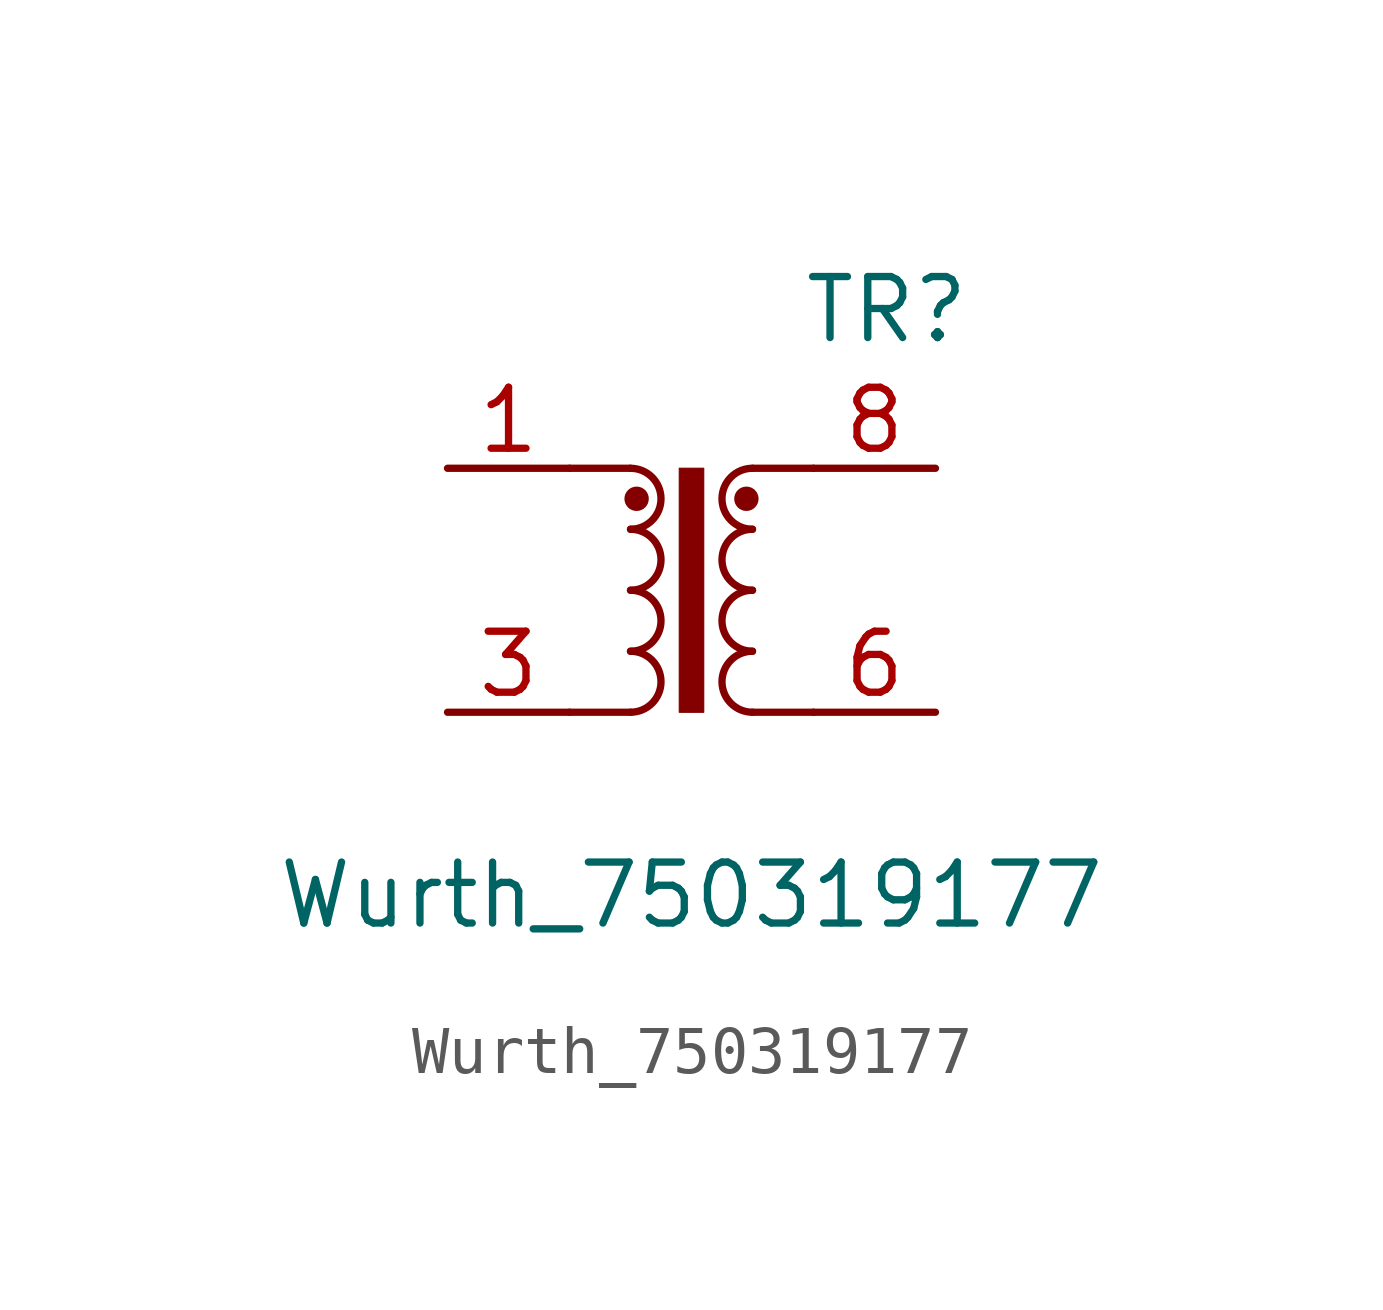
<source format=kicad_sym>
(kicad_symbol_lib
  (version 20220914)
  (generator kicad_symbol_editor)
  (symbol "Wurth_750319177"
    (property "Reference" "TR"
      (at 4.064 5.842 0)
      (effects (font (size 1.27 1.27))))
    (property "Value" "Wurth_750319177"
      (at 0 -6.35 0)
      (effects (font (size 1.27 1.27))))
    (symbol "Wurth_750319177_0_1"
      (arc (start -1.27 -2.54) (mid -0.6377 -1.905) (end -1.27 -1.27) (stroke (width 0) (type default)) (fill (type none)))
      (arc (start -1.27 -1.27) (mid -0.6377 -0.635) (end -1.27 0) (stroke (width 0) (type default)) (fill (type none)))
      (rectangle (start -0.254 2.54) (end 0.254 -2.54) (stroke (width 0.025) (type default)) (fill (type outline)))
      (polyline (pts (xy -2.54 -2.54) (xy -1.27 -2.54)) (stroke (width 0) (type default)) (fill (type none)))
      (polyline (pts (xy -2.54 2.54) (xy -1.27 2.54)) (stroke (width 0) (type default)) (fill (type none)))
      (polyline (pts (xy 1.27 -2.54) (xy 2.54 -2.54)) (stroke (width 0) (type default)) (fill (type none)))
      (polyline (pts (xy 1.27 2.54) (xy 2.54 2.54)) (stroke (width 0) (type default)) (fill (type none))))
    (symbol "Wurth_750319177_1_1"
      (arc (start -1.27 0) (mid -0.6377 0.635) (end -1.27 1.27) (stroke (width 0) (type default)) (fill (type none)))
      (arc (start -1.27 1.27) (mid -0.6377 1.905) (end -1.27 2.54) (stroke (width 0) (type default)) (fill (type none)))
      (circle (center -1.143 1.905) (radius 0.127) (stroke (width 0.254) (type default)) (fill (type none)))
      (circle (center 1.143 1.905) (radius 0.127) (stroke (width 0.254) (type default)) (fill (type none)))
      (arc (start 1.27 -1.27) (mid 0.6377 -1.905) (end 1.27 -2.54) (stroke (width 0) (type default)) (fill (type none)))
      (arc (start 1.27 0) (mid 0.6377 -0.635) (end 1.27 -1.27) (stroke (width 0) (type default)) (fill (type none)))
      (arc (start 1.27 1.27) (mid 0.6377 0.635) (end 1.27 0) (stroke (width 0) (type default)) (fill (type none)))
      (arc (start 1.27 2.54) (mid 0.6377 1.905) (end 1.27 1.27) (stroke (width 0) (type default)) (fill (type none)))
      (pin passive line (at -5.08 2.54 0) (length 2.54) (name "~" (effects (font (size 1.27 1.27)))) (number "1" (effects (font (size 1.27 1.27)))))
      (pin no_connect line (at 1.27 2.54 270) (length 2.54) hide (name "NC" (effects (font (size 1.27 1.27)))) (number "2" (effects (font (size 1.27 1.27)))))
      (pin passive line (at -5.08 -2.54 0) (length 2.54) (name "~" (effects (font (size 1.27 1.27)))) (number "3" (effects (font (size 1.27 1.27)))))
      (pin no_connect line (at -1.27 -2.54 90) (length 2.54) hide (name "NC" (effects (font (size 1.27 1.27)))) (number "4" (effects (font (size 1.27 1.27)))))
      (pin no_connect line (at 1.27 -2.54 90) (length 2.54) hide (name "NC" (effects (font (size 1.27 1.27)))) (number "5" (effects (font (size 1.27 1.27)))))
      (pin passive line (at 5.08 -2.54 180) (length 2.54) (name "~" (effects (font (size 1.27 1.27)))) (number "6" (effects (font (size 1.27 1.27)))))
      (pin no_connect line (at -1.27 2.54 270) (length 2.54) hide (name "NC" (effects (font (size 1.27 1.27)))) (number "7" (effects (font (size 1.27 1.27)))))
      (pin passive line (at 5.08 2.54 180) (length 2.54) (name "~" (effects (font (size 1.27 1.27)))) (number "8" (effects (font (size 1.27 1.27))))))))
</source>
